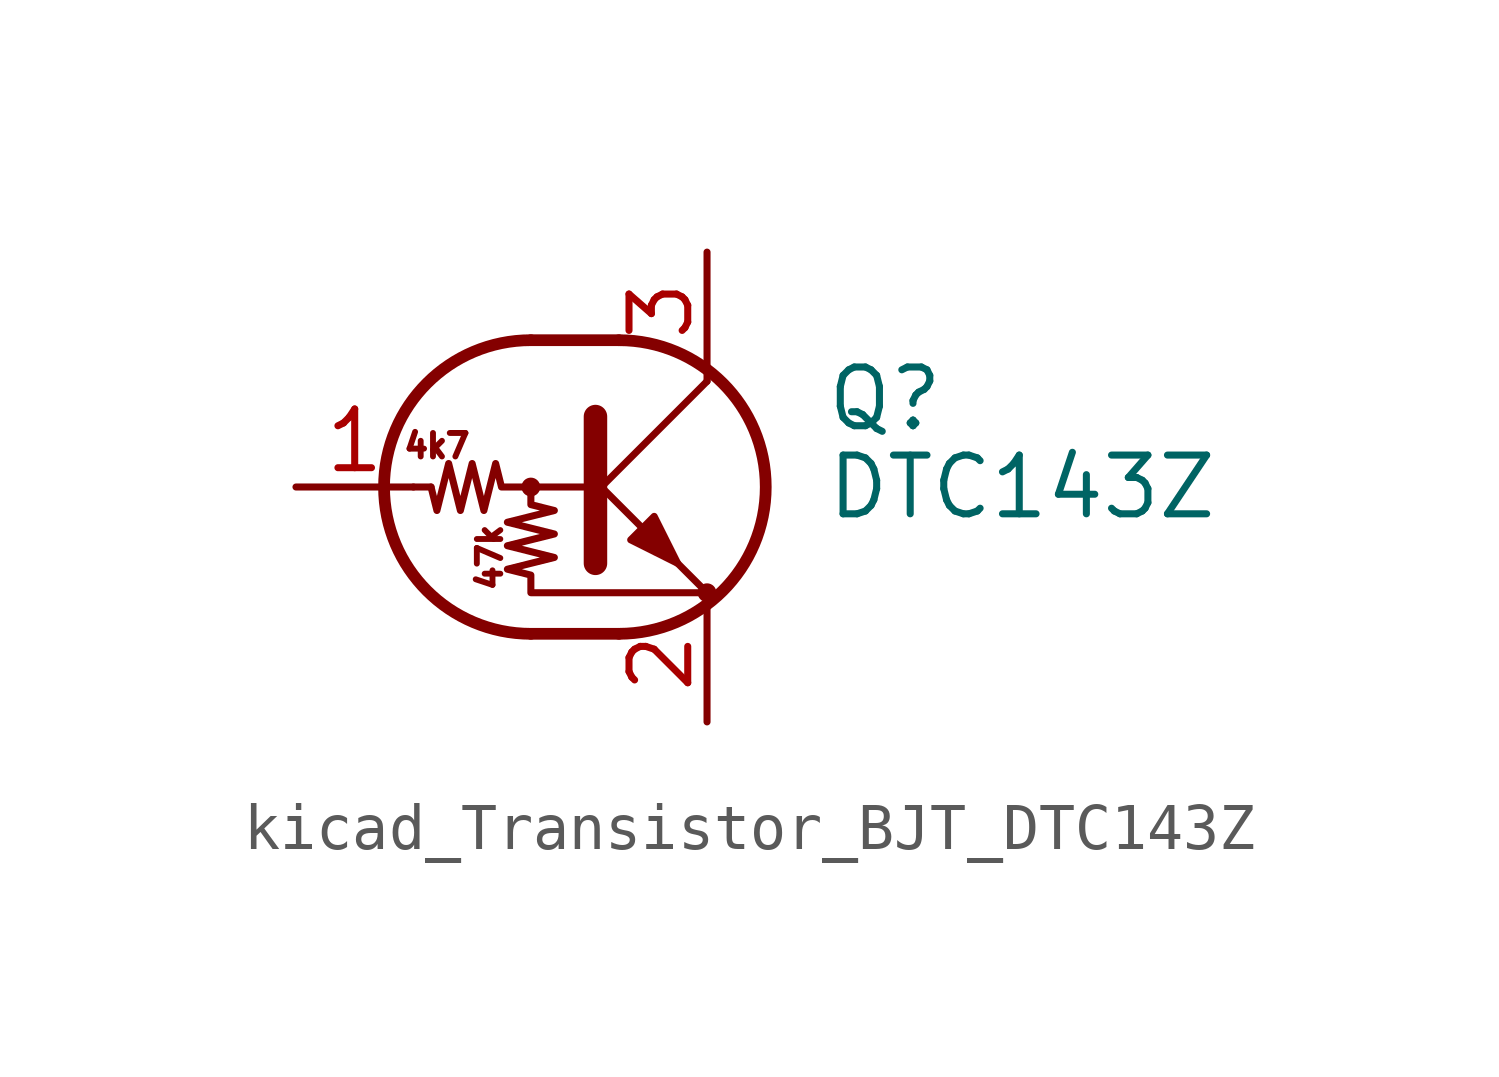
<source format=kicad_sym>
(kicad_symbol_lib
  (version 20220914)
  (generator kicad_symbol_editor)
  (symbol "kicad_Transistor_BJT_DTC143Z"
    (pin_names
      (offset 0) hide)
    (property "Reference" "Q"
      (at 5.08 1.905 0)
      (effects (font (size 1.27 1.27)) (justify left)))
    (property "Value" "DTC143Z"
      (at 5.08 0 0)
      (effects (font (size 1.27 1.27)) (justify left)))
    (symbol "kicad_Transistor_BJT_DTC143Z_0_0"
      (text "47k" (at -2.159 -1.524 900) (effects (font (size 0.508 0.508))))
      (text "4k7" (at -3.302 0.889 0) (effects (font (size 0.508 0.508)))))
    (symbol "kicad_Transistor_BJT_DTC143Z_0_1"
      (circle (center -1.27 0) (radius 0.127) (stroke (width 0) (type default)) (fill (type none)))
      (arc (start -1.27 3.175) (mid -4.4312 0) (end -1.27 -3.175) (stroke (width 0.254) (type default)) (fill (type none)))
      (polyline (pts (xy -3.429 0) (xy -3.81 0)) (stroke (width 0) (type default)) (fill (type none)))
      (polyline (pts (xy -1.27 -3.175) (xy 0.635 -3.175)) (stroke (width 0.254) (type default)) (fill (type none)))
      (polyline (pts (xy -1.27 3.175) (xy 0.635 3.175)) (stroke (width 0.254) (type default)) (fill (type none)))
      (polyline (pts (xy 0 -0.254) (xy 2.54 2.286)) (stroke (width 0) (type default)) (fill (type none)))
      (polyline (pts (xy 0.127 1.524) (xy 0.127 -1.651)) (stroke (width 0.508) (type default)) (fill (type outline)))
      (polyline (pts (xy 2.54 2.286) (xy 2.54 2.54)) (stroke (width 0) (type default)) (fill (type none)))
      (polyline (pts (xy 2.54 -2.286) (xy 0 0.254) (xy 0 0.254)) (stroke (width 0) (type default)) (fill (type none)))
      (polyline (pts (xy 0.889 -1.143) (xy 1.397 -0.635) (xy 1.905 -1.651) (xy 0.889 -1.143)) (stroke (width 0) (type default)) (fill (type outline)))
      (polyline (pts (xy 0 0) (xy -1.905 0) (xy -2.032 0.508) (xy -2.286 -0.508) (xy -2.54 0.508) (xy -2.794 -0.508) (xy -3.048 0.508) (xy -3.302 -0.508) (xy -3.429 0)) (stroke (width 0) (type default)) (fill (type none)))
      (polyline (pts (xy -1.27 0) (xy -1.27 -0.381) (xy -0.762 -0.508) (xy -1.778 -0.762) (xy -0.762 -1.016) (xy -1.778 -1.27) (xy -0.762 -1.524) (xy -1.778 -1.778) (xy -1.27 -1.905) (xy -1.27 -2.286) (xy 2.54 -2.286)) (stroke (width 0) (type default)) (fill (type none)))
      (arc (start 0.635 -3.175) (mid 3.7962 0) (end 0.635 3.175) (stroke (width 0.254) (type default)) (fill (type none)))
      (circle (center 2.54 -2.286) (radius 0.127) (stroke (width 0) (type default)) (fill (type none))))
    (symbol "kicad_Transistor_BJT_DTC143Z_1_1"
      (pin input line (at -6.35 0 0) (length 2.54) (name "B" (effects (font (size 1.27 1.27)))) (number "1" (effects (font (size 1.27 1.27)))))
      (pin passive line (at 2.54 -5.08 90) (length 2.54) (name "E" (effects (font (size 1.27 1.27)))) (number "2" (effects (font (size 1.27 1.27)))))
      (pin passive line (at 2.54 5.08 270) (length 2.54) (name "C" (effects (font (size 1.27 1.27)))) (number "3" (effects (font (size 1.27 1.27))))))))
</source>
